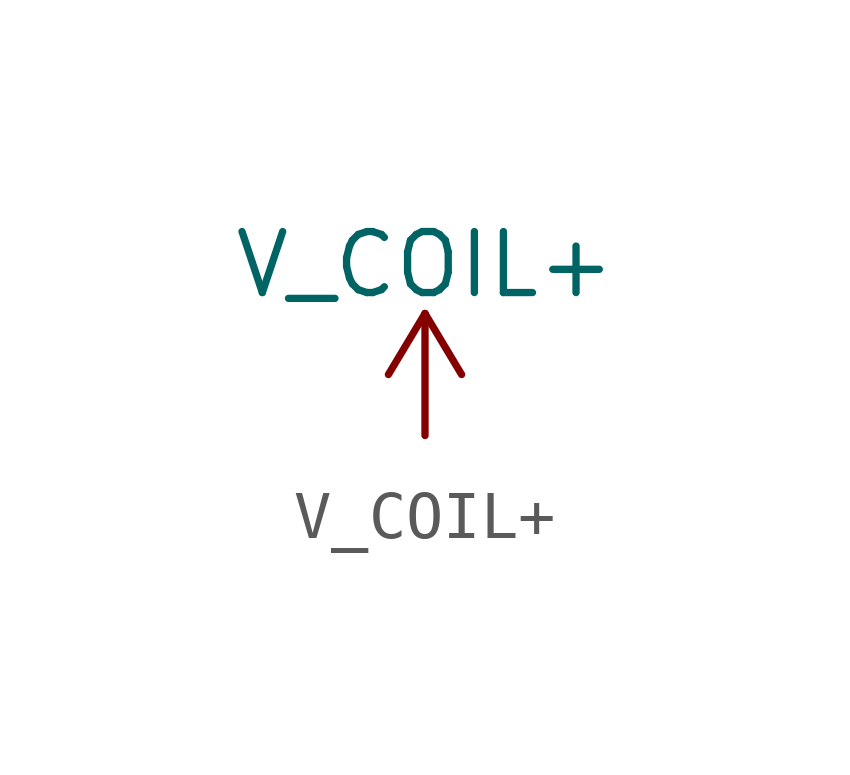
<source format=kicad_sym>
(kicad_symbol_lib
  (version 20220914)
  (generator kicad_symbol_editor)
  (symbol "V_COIL+"
    (power)
    (pin_names
      (offset 0))
    (property "Reference" "#PWR"
      (at 0 -3.81 0)
      (effects (font (size 1.27 1.27)) hide))
    (property "Value" "V_COIL+"
      (at 0 3.556 0)
      (effects (font (size 1.27 1.27))))
    (symbol "V_COIL+_0_1"
      (polyline (pts (xy -0.762 1.27) (xy 0 2.54)) (stroke (width 0) (type default)) (fill (type none)))
      (polyline (pts (xy 0 0) (xy 0 2.54)) (stroke (width 0) (type default)) (fill (type none)))
      (polyline (pts (xy 0 2.54) (xy 0.762 1.27)) (stroke (width 0) (type default)) (fill (type none))))
    (symbol "V_COIL+_1_1"
      (pin power_in line (at 0 0 90) (length 0) hide (name "V_COIL+" (effects (font (size 1.27 1.27)))) (number "1" (effects (font (size 1.27 1.27))))))))
</source>
